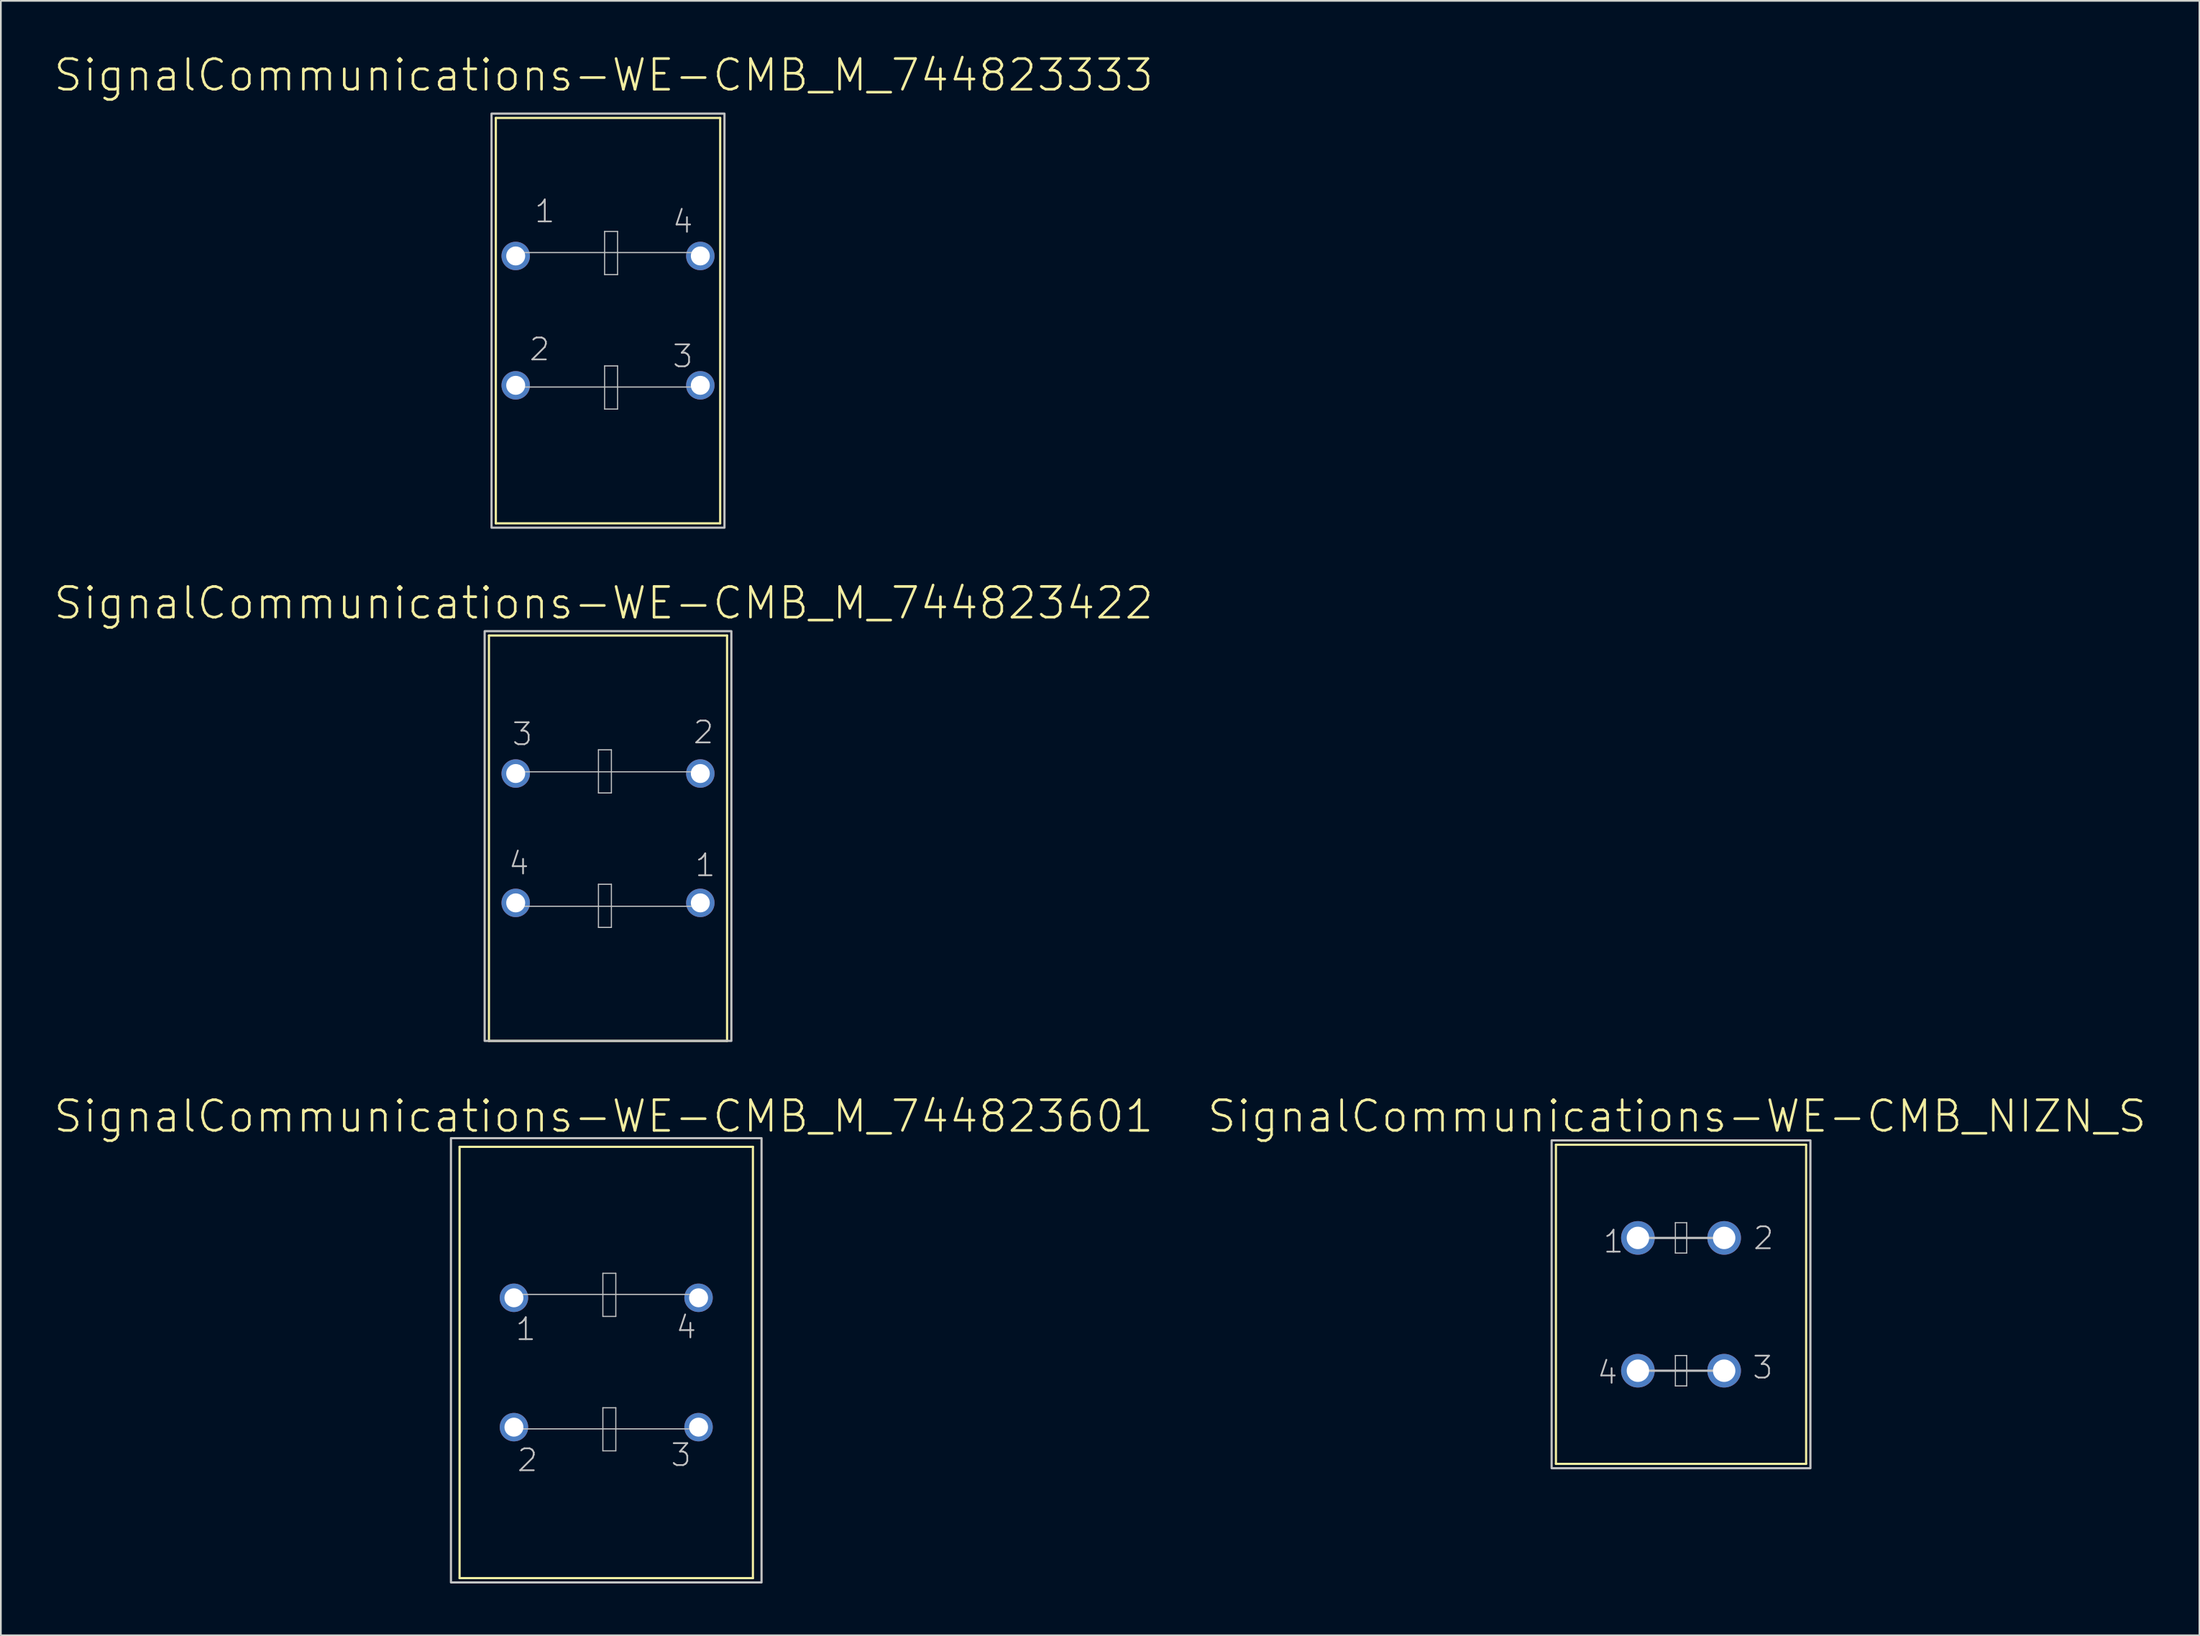
<source format=kicad_pcb>
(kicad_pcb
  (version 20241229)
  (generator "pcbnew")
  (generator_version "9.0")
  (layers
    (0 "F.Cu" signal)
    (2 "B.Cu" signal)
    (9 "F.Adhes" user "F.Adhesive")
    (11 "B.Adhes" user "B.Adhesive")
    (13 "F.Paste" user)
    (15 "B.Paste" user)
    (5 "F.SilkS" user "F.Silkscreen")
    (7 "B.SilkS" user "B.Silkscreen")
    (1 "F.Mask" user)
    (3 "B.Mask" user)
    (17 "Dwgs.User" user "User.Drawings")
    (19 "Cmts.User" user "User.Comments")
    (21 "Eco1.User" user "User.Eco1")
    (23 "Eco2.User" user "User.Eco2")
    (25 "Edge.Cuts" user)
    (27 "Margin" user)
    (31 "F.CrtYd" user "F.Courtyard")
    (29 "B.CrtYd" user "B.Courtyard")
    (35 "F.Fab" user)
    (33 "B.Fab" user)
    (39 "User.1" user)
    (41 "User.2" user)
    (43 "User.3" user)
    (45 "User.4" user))
  (footprint "SignalCommunications-WE-CMB_NIZN_S"
    (layer "F.Cu")
    (at 94.36 72.546)
    (property "Reference" "SignalCommunications-WE-CMB_NIZN_S" (at -0.234 -10.897 0) (layer "F.SilkS") (effects (font (size 1.778 1.778) (thickness 0.152))))
    (attr exclude_from_pos_files exclude_from_bom)
    (fp_line (start -7.249 -9.248) (end -7.249 9.248) (stroke (width 0.127) (type solid)) (layer "F.SilkS"))
    (fp_line (start -7.249 9.248) (end 7.249 9.248) (stroke (width 0.127) (type solid)) (layer "F.SilkS"))
    (fp_line (start 7.249 -9.248) (end -7.249 -9.248) (stroke (width 0.127) (type solid)) (layer "F.SilkS"))
    (fp_line (start 7.249 9.248) (end 7.249 -9.248) (stroke (width 0.127) (type solid)) (layer "F.SilkS"))
    (fp_line (start -2.499 -3.848) (end 2.499 -3.848) (stroke (width 0.127) (type solid)) (layer "Dwgs.User"))
    (fp_line (start -2.499 3.848) (end 2.499 3.848) (stroke (width 0.127) (type solid)) (layer "Dwgs.User"))
    (fp_line (start -0.328 -4.729) (end 0.328 -4.729) (stroke (width 0.066) (type solid)) (layer "Dwgs.User"))
    (fp_line (start -0.328 -2.969) (end -0.328 -4.729) (stroke (width 0.066) (type solid)) (layer "Dwgs.User"))
    (fp_line (start -0.328 -2.969) (end 0.328 -2.969) (stroke (width 0.066) (type solid)) (layer "Dwgs.User"))
    (fp_line (start -0.328 2.969) (end 0.328 2.969) (stroke (width 0.066) (type solid)) (layer "Dwgs.User"))
    (fp_line (start -0.328 4.729) (end -0.328 2.969) (stroke (width 0.066) (type solid)) (layer "Dwgs.User"))
    (fp_line (start -0.328 4.729) (end 0.328 4.729) (stroke (width 0.066) (type solid)) (layer "Dwgs.User"))
    (fp_line (start 0.328 -2.969) (end 0.328 -4.729) (stroke (width 0.066) (type solid)) (layer "Dwgs.User"))
    (fp_line (start 0.328 4.729) (end 0.328 2.969) (stroke (width 0.066) (type solid)) (layer "Dwgs.User"))
    (fp_poly (pts (xy -7.498 9.5) (xy -7.498 -9.5) (xy 7.498 -9.5) (xy 7.498 9.5) (xy -7.498 9.5)) (stroke (width 0.127) (type solid)) (fill no) (layer "Dwgs.User"))
    (fp_text user "2" (at 4.783 -3.833 0) (layer "Dwgs.User") (effects (font (size 1.27 1.27) (thickness 0.102))))
    (fp_text user "3" (at 4.735 3.663 0) (layer "Dwgs.User") (effects (font (size 1.27 1.27) (thickness 0.102))))
    (fp_text user "1" (at -3.914 -3.635 0) (layer "Dwgs.User") (effects (font (size 1.27 1.27) (thickness 0.102))))
    (fp_text user "4" (at -4.265 3.965 0) (layer "Dwgs.User") (effects (font (size 1.27 1.27) (thickness 0.102))))
    (pad "1" thru_hole circle (at -2.499 -3.848) (size 1.948 1.948) (drill 1.298) (layers "*.Cu" "*.Paste" "*.Mask"))
    (pad "2" thru_hole circle (at 2.499 -3.848) (size 1.948 1.948) (drill 1.298) (layers "*.Cu" "*.Paste" "*.Mask"))
    (pad "3" thru_hole circle (at 2.499 3.848) (size 1.948 1.948) (drill 1.298) (layers "*.Cu" "*.Paste" "*.Mask"))
    (pad "4" thru_hole circle (at -2.499 3.848) (size 1.948 1.948) (drill 1.298) (layers "*.Cu" "*.Paste" "*.Mask")))
  (footprint "SignalCommunications-WE-CMB_M_744823601"
    (layer "F.Cu")
    (at 32.08 75.917)
    (property "Reference" "SignalCommunications-WE-CMB_M_744823601" (at -0.152 -14.267 0) (layer "F.SilkS") (effects (font (size 1.778 1.778) (thickness 0.152))))
    (attr exclude_from_pos_files exclude_from_bom)
    (fp_line (start -8.499 12.499) (end -8.499 -12.499) (stroke (width 0.127) (type solid)) (layer "F.SilkS"))
    (fp_line (start -8.499 12.499) (end 8.499 12.499) (stroke (width 0.127) (type solid)) (layer "F.SilkS"))
    (fp_line (start 8.499 -12.499) (end -8.499 -12.499) (stroke (width 0.127) (type solid)) (layer "F.SilkS"))
    (fp_line (start 8.499 12.499) (end 8.499 -12.499) (stroke (width 0.127) (type solid)) (layer "F.SilkS"))
    (fp_line (start -0.196 -5.169) (end 0.554 -5.169) (stroke (width 0.066) (type solid)) (layer "Dwgs.User"))
    (fp_line (start -0.196 -2.67) (end -0.196 -5.169) (stroke (width 0.066) (type solid)) (layer "Dwgs.User"))
    (fp_line (start -0.196 -2.67) (end 0.554 -2.67) (stroke (width 0.066) (type solid)) (layer "Dwgs.User"))
    (fp_line (start -0.196 2.624) (end 0.554 2.624) (stroke (width 0.066) (type solid)) (layer "Dwgs.User"))
    (fp_line (start -0.196 5.123) (end -0.196 2.624) (stroke (width 0.066) (type solid)) (layer "Dwgs.User"))
    (fp_line (start -0.196 5.123) (end 0.554 5.123) (stroke (width 0.066) (type solid)) (layer "Dwgs.User"))
    (fp_line (start 0.554 -2.67) (end 0.554 -5.169) (stroke (width 0.066) (type solid)) (layer "Dwgs.User"))
    (fp_line (start 0.554 5.123) (end 0.554 2.624) (stroke (width 0.066) (type solid)) (layer "Dwgs.User"))
    (fp_line (start 5.293 -3.945) (end -5.436 -3.945) (stroke (width 0.069) (type solid)) (layer "Dwgs.User"))
    (fp_line (start 5.293 3.848) (end -5.436 3.848) (stroke (width 0.069) (type solid)) (layer "Dwgs.User"))
    (fp_poly (pts (xy -8.999 12.748) (xy -8.999 -13) (xy 8.999 -13) (xy 8.999 12.748) (xy -8.999 12.748)) (stroke (width 0.127) (type solid)) (fill no) (layer "Dwgs.User"))
    (fp_text user "1" (at -4.663 -1.933 0) (layer "Dwgs.User") (effects (font (size 1.27 1.27) (thickness 0.102))))
    (fp_text user "3" (at 4.333 5.364 0) (layer "Dwgs.User") (effects (font (size 1.27 1.27) (thickness 0.102))))
    (fp_text user "2" (at -4.564 5.664 0) (layer "Dwgs.User") (effects (font (size 1.27 1.27) (thickness 0.102))))
    (fp_text user "4" (at 4.633 -2.035 0) (layer "Dwgs.User") (effects (font (size 1.27 1.27) (thickness 0.102))))
    (pad "1" thru_hole circle (at -5.349 -3.749) (size 1.648 1.648) (drill 1.1) (layers "*.Cu" "*.Paste" "*.Mask"))
    (pad "2" thru_hole circle (at -5.349 3.749) (size 1.648 1.648) (drill 1.1) (layers "*.Cu" "*.Paste" "*.Mask"))
    (pad "3" thru_hole circle (at 5.349 3.749) (size 1.648 1.648) (drill 1.1) (layers "*.Cu" "*.Paste" "*.Mask"))
    (pad "4" thru_hole circle (at 5.349 -3.749) (size 1.648 1.648) (drill 1.1) (layers "*.Cu" "*.Paste" "*.Mask")))
  (footprint "SignalCommunications-WE-CMB_M_744823422"
    (layer "F.Cu")
    (at 32.182 45.531)
    (property "Reference" "SignalCommunications-WE-CMB_M_744823422" (at -0.254 -13.627 0) (layer "F.SilkS") (effects (font (size 1.778 1.778) (thickness 0.152))))
    (attr exclude_from_pos_files exclude_from_bom)
    (fp_line (start -6.899 -11.748) (end -6.899 11.748) (stroke (width 0.127) (type solid)) (layer "F.SilkS"))
    (fp_line (start -6.899 11.748) (end 6.899 11.748) (stroke (width 0.127) (type solid)) (layer "F.SilkS"))
    (fp_line (start 6.899 -11.748) (end -6.899 -11.748) (stroke (width 0.127) (type solid)) (layer "F.SilkS"))
    (fp_line (start 6.899 -11.748) (end 6.899 11.748) (stroke (width 0.127) (type solid)) (layer "F.SilkS"))
    (fp_line (start -5.293 -3.848) (end 5.436 -3.848) (stroke (width 0.069) (type solid)) (layer "Dwgs.User"))
    (fp_line (start -5.293 3.945) (end 5.436 3.945) (stroke (width 0.069) (type solid)) (layer "Dwgs.User"))
    (fp_line (start -0.554 -5.123) (end 0.196 -5.123) (stroke (width 0.066) (type solid)) (layer "Dwgs.User"))
    (fp_line (start -0.554 -2.624) (end -0.554 -5.123) (stroke (width 0.066) (type solid)) (layer "Dwgs.User"))
    (fp_line (start -0.554 -2.624) (end 0.196 -2.624) (stroke (width 0.066) (type solid)) (layer "Dwgs.User"))
    (fp_line (start -0.554 2.67) (end 0.196 2.67) (stroke (width 0.066) (type solid)) (layer "Dwgs.User"))
    (fp_line (start -0.554 5.169) (end -0.554 2.67) (stroke (width 0.066) (type solid)) (layer "Dwgs.User"))
    (fp_line (start -0.554 5.169) (end 0.196 5.169) (stroke (width 0.066) (type solid)) (layer "Dwgs.User"))
    (fp_line (start 0.196 -2.624) (end 0.196 -5.123) (stroke (width 0.066) (type solid)) (layer "Dwgs.User"))
    (fp_line (start 0.196 5.169) (end 0.196 2.67) (stroke (width 0.066) (type solid)) (layer "Dwgs.User"))
    (fp_poly (pts (xy 7.148 -11.999) (xy 7.148 11.748) (xy -7.148 11.748) (xy -7.148 -11.999) (xy 7.148 -11.999)) (stroke (width 0.127) (type solid)) (fill no) (layer "Dwgs.User"))
    (fp_text user "2" (at 5.535 -6.134 0) (layer "Dwgs.User") (effects (font (size 1.27 1.27) (thickness 0.102))))
    (fp_text user "1" (at 5.634 1.565 0) (layer "Dwgs.User") (effects (font (size 1.27 1.27) (thickness 0.102))))
    (fp_text user "3" (at -4.963 -6.032 0) (layer "Dwgs.User") (effects (font (size 1.27 1.27) (thickness 0.102))))
    (fp_text user "4" (at -5.164 1.463 0) (layer "Dwgs.User") (effects (font (size 1.27 1.27) (thickness 0.102))))
    (pad "1" thru_hole circle (at 5.349 3.749) (size 1.648 1.648) (drill 1.1) (layers "*.Cu" "*.Paste" "*.Mask"))
    (pad "2" thru_hole circle (at 5.349 -3.749) (size 1.648 1.648) (drill 1.1) (layers "*.Cu" "*.Paste" "*.Mask"))
    (pad "3" thru_hole circle (at -5.349 -3.749) (size 1.648 1.648) (drill 1.1) (layers "*.Cu" "*.Paste" "*.Mask"))
    (pad "4" thru_hole circle (at -5.349 3.749) (size 1.648 1.648) (drill 1.1) (layers "*.Cu" "*.Paste" "*.Mask")))
  (footprint "SignalCommunications-WE-CMB_M_744823333"
    (layer "F.Cu")
    (at 32.182 15.534)
    (property "Reference" "SignalCommunications-WE-CMB_M_744823333" (at -0.254 -14.227 0) (layer "F.SilkS") (effects (font (size 1.778 1.778) (thickness 0.152))))
    (attr exclude_from_pos_files exclude_from_bom)
    (fp_line (start -6.5 11.748) (end -6.5 -11.748) (stroke (width 0.127) (type solid)) (layer "F.SilkS"))
    (fp_line (start -6.5 11.748) (end 6.5 11.748) (stroke (width 0.127) (type solid)) (layer "F.SilkS"))
    (fp_line (start 6.5 -11.748) (end -6.5 -11.748) (stroke (width 0.127) (type solid)) (layer "F.SilkS"))
    (fp_line (start 6.5 11.748) (end 6.5 -11.748) (stroke (width 0.127) (type solid)) (layer "F.SilkS"))
    (fp_line (start -0.196 -5.169) (end 0.554 -5.169) (stroke (width 0.066) (type solid)) (layer "Dwgs.User"))
    (fp_line (start -0.196 -2.67) (end -0.196 -5.169) (stroke (width 0.066) (type solid)) (layer "Dwgs.User"))
    (fp_line (start -0.196 -2.67) (end 0.554 -2.67) (stroke (width 0.066) (type solid)) (layer "Dwgs.User"))
    (fp_line (start -0.196 2.624) (end 0.554 2.624) (stroke (width 0.066) (type solid)) (layer "Dwgs.User"))
    (fp_line (start -0.196 5.123) (end -0.196 2.624) (stroke (width 0.066) (type solid)) (layer "Dwgs.User"))
    (fp_line (start -0.196 5.123) (end 0.554 5.123) (stroke (width 0.066) (type solid)) (layer "Dwgs.User"))
    (fp_line (start 0.554 -2.67) (end 0.554 -5.169) (stroke (width 0.066) (type solid)) (layer "Dwgs.User"))
    (fp_line (start 0.554 5.123) (end 0.554 2.624) (stroke (width 0.066) (type solid)) (layer "Dwgs.User"))
    (fp_line (start 5.293 -3.945) (end -5.436 -3.945) (stroke (width 0.069) (type solid)) (layer "Dwgs.User"))
    (fp_line (start 5.293 3.848) (end -5.436 3.848) (stroke (width 0.069) (type solid)) (layer "Dwgs.User"))
    (fp_poly (pts (xy -6.749 11.999) (xy -6.749 -11.999) (xy 6.749 -11.999) (xy 6.749 11.999) (xy -6.749 11.999)) (stroke (width 0.127) (type solid)) (fill no) (layer "Dwgs.User"))
    (fp_text user "1" (at -3.663 -6.335 0) (layer "Dwgs.User") (effects (font (size 1.27 1.27) (thickness 0.102))))
    (fp_text user "3" (at 4.333 2.062 0) (layer "Dwgs.User") (effects (font (size 1.27 1.27) (thickness 0.102))))
    (fp_text user "4" (at 4.333 -5.733 0) (layer "Dwgs.User") (effects (font (size 1.27 1.27) (thickness 0.102))))
    (fp_text user "2" (at -3.965 1.664 0) (layer "Dwgs.User") (effects (font (size 1.27 1.27) (thickness 0.102))))
    (pad "1" thru_hole circle (at -5.349 -3.749) (size 1.648 1.648) (drill 1.1) (layers "*.Cu" "*.Paste" "*.Mask"))
    (pad "2" thru_hole circle (at -5.349 3.749) (size 1.648 1.648) (drill 1.1) (layers "*.Cu" "*.Paste" "*.Mask"))
    (pad "3" thru_hole circle (at 5.349 3.749) (size 1.648 1.648) (drill 1.1) (layers "*.Cu" "*.Paste" "*.Mask"))
    (pad "4" thru_hole circle (at 5.349 -3.749) (size 1.648 1.648) (drill 1.1) (layers "*.Cu" "*.Paste" "*.Mask")))
  (gr_rect
    (start -3 -3)
    (end 124.398 91.729)
    (stroke (width 0.1) (type default))
    (fill no)
    (layer "Edge.Cuts")))
</source>
